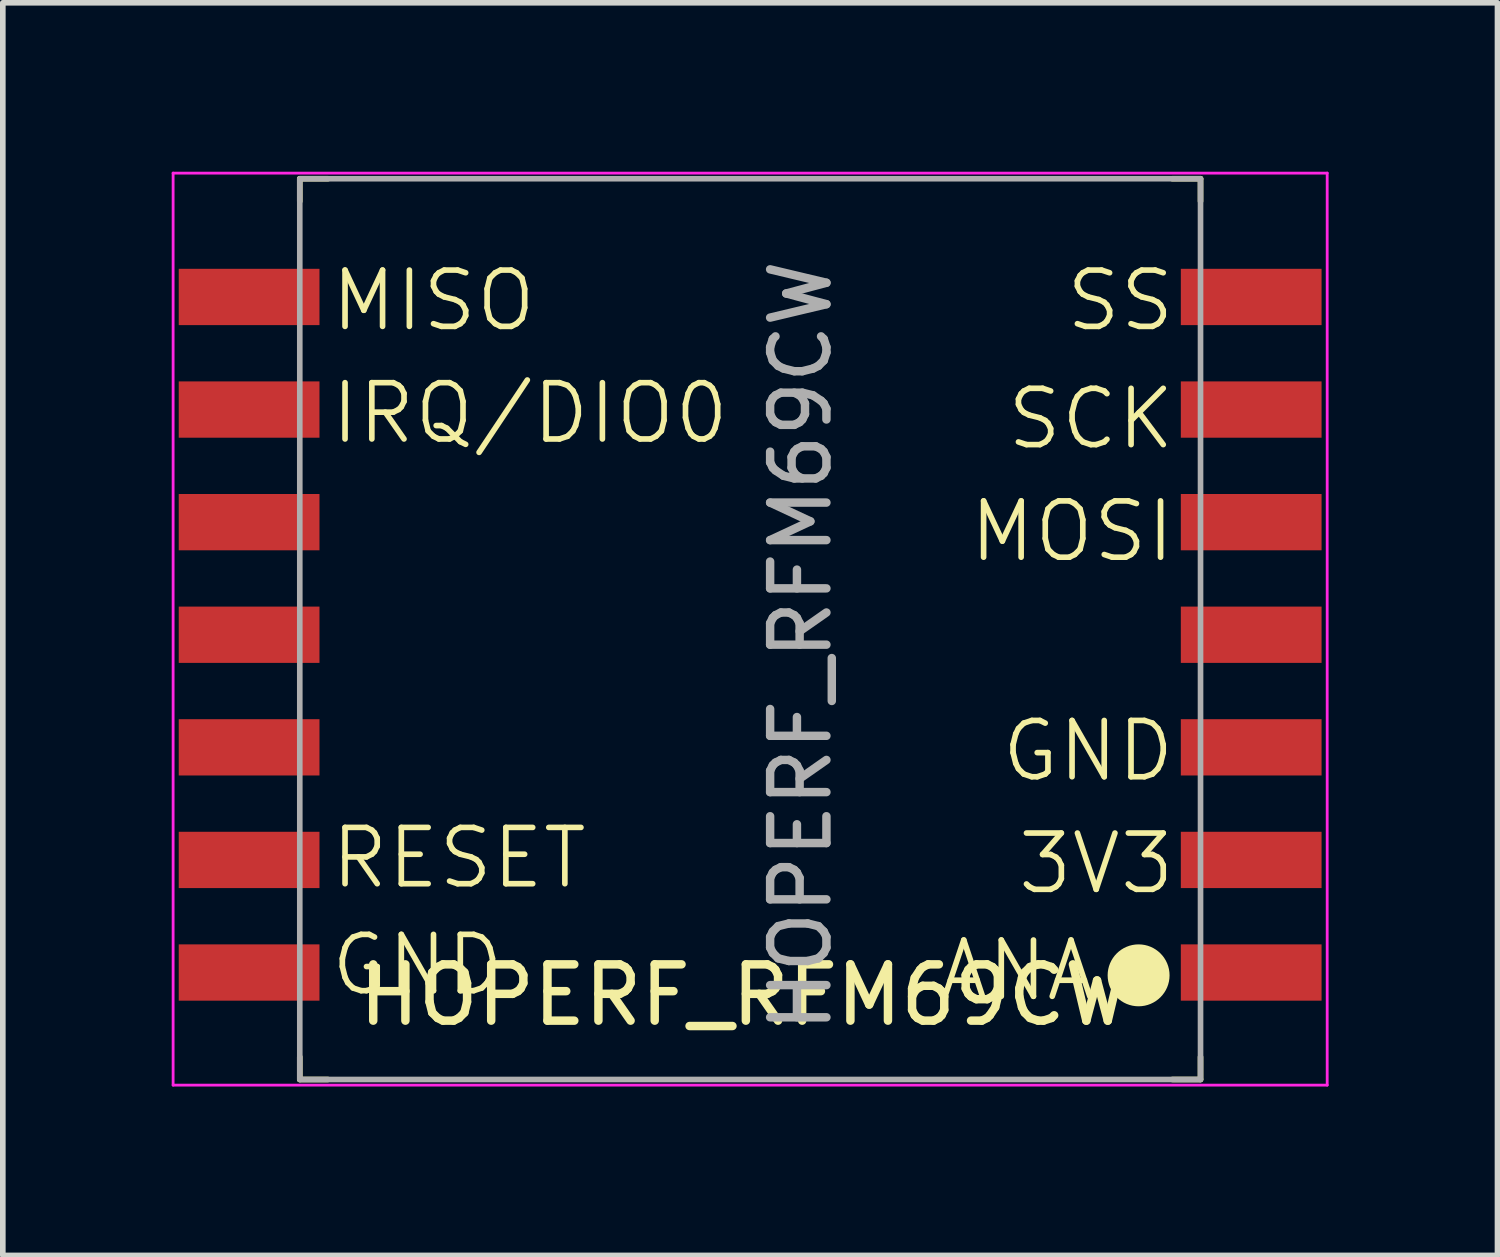
<source format=kicad_pcb>
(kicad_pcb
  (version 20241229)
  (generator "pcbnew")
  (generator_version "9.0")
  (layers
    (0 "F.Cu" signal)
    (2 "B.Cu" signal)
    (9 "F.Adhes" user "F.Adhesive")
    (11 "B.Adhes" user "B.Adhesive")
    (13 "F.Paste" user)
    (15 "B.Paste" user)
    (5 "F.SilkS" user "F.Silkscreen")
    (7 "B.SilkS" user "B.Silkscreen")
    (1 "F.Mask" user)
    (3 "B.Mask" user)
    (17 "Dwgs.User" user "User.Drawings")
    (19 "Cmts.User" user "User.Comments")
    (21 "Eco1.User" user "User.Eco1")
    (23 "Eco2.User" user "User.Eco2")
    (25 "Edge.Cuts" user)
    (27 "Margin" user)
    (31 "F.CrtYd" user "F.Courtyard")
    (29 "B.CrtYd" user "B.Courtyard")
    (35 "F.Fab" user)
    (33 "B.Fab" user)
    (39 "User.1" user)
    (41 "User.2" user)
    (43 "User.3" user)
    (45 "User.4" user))
  (footprint "HOPERF_RFM69CW"
    (layer "F.Cu")
    (at 10.275 8.125)
    (property "Reference" "HOPERF_RFM69CW" (at -0.1 6.5 0) (layer "F.SilkS") (effects (font (size 1 1) (thickness 0.15))))
    (attr smd)
    (fp_line (start -8 -8) (end -8 -7.6) (stroke (width 0.1) (type solid)) (layer "F.SilkS"))
    (fp_line (start -8 -8) (end -7.5 -8) (stroke (width 0.1) (type solid)) (layer "F.SilkS"))
    (fp_line (start -8 7.6) (end -8 8) (stroke (width 0.1) (type solid)) (layer "F.SilkS"))
    (fp_line (start -8 8) (end -7.5 8) (stroke (width 0.1) (type solid)) (layer "F.SilkS"))
    (fp_line (start 7.5 -8) (end 8 -8) (stroke (width 0.1) (type solid)) (layer "F.SilkS"))
    (fp_line (start 7.5 8) (end 8 8) (stroke (width 0.1) (type solid)) (layer "F.SilkS"))
    (fp_line (start 8 -8) (end 8 -7.6) (stroke (width 0.1) (type solid)) (layer "F.SilkS"))
    (fp_line (start 8 7.6) (end 8 8) (stroke (width 0.1) (type solid)) (layer "F.SilkS"))
    (fp_circle (center 6.9 6.15) (end 7.4 6.15) (stroke (width 0.1) (type solid)) (fill yes) (layer "F.SilkS"))
    (fp_line (start -10.25 -8.1) (end 10.25 -8.1) (stroke (width 0.05) (type solid)) (layer "F.CrtYd"))
    (fp_line (start -10.25 8.1) (end -10.25 -8.1) (stroke (width 0.05) (type solid)) (layer "F.CrtYd"))
    (fp_line (start 10.25 -8.1) (end 10.25 8.1) (stroke (width 0.05) (type solid)) (layer "F.CrtYd"))
    (fp_line (start 10.25 8.1) (end -10.25 8.1) (stroke (width 0.05) (type solid)) (layer "F.CrtYd"))
    (fp_rect (start -8 -8) (end 8 8) (stroke (width 0.1) (type default)) (fill no) (layer "F.Fab"))
    (fp_text user "3V3" (at 4.7 4.75 0) (unlocked yes) (layer "F.SilkS") (effects (font (size 1 1) (thickness 0.1)) (justify left bottom)))
    (fp_text user "ANA" (at 3.3 6.65 0) (unlocked yes) (layer "F.SilkS") (effects (font (size 1 1) (thickness 0.1)) (justify left bottom)))
    (fp_text user "MISO" (at -7.5 -5.25 0) (unlocked yes) (layer "F.SilkS") (effects (font (size 1 1) (thickness 0.1)) (justify left bottom)))
    (fp_text user "GND" (at -7.5 6.55 0) (unlocked yes) (layer "F.SilkS") (effects (font (size 1 1) (thickness 0.1)) (justify left bottom)))
    (fp_text user "MOSI" (at 3.843 -1.15 0) (unlocked yes) (layer "F.SilkS") (effects (font (size 1 1) (thickness 0.1)) (justify left bottom)))
    (fp_text user "RESET" (at -7.5 4.65 0) (unlocked yes) (layer "F.SilkS") (effects (font (size 1 1) (thickness 0.1)) (justify left bottom)))
    (fp_text user "SS" (at 5.557 -5.25 0) (unlocked yes) (layer "F.SilkS") (effects (font (size 1 1) (thickness 0.1)) (justify left bottom)))
    (fp_text user "SCK" (at 4.51 -3.15 0) (unlocked yes) (layer "F.SilkS") (effects (font (size 1 1) (thickness 0.1)) (justify left bottom)))
    (fp_text user "GND" (at 4.414 2.75 0) (unlocked yes) (layer "F.SilkS") (effects (font (size 1 1) (thickness 0.1)) (justify left bottom)))
    (fp_text user "IRQ/DIO0" (at -7.5 -3.25 0) (unlocked yes) (layer "F.SilkS") (effects (font (size 1 1) (thickness 0.1)) (justify left bottom)))
    (fp_text user "${REFERENCE}" (at 0.9 0.3 90) (layer "F.Fab") (effects (font (size 1 1) (thickness 0.15))))
    (pad "1" smd rect (at 8.9 6.1) (size 2.5 1) (layers "F.Cu" "F.Mask" "F.Paste"))
    (pad "2" smd rect (at 8.9 4.1) (size 2.5 1) (layers "F.Cu" "F.Mask" "F.Paste"))
    (pad "3" smd rect (at 8.9 2.1) (size 2.5 1) (layers "F.Cu" "F.Mask" "F.Paste"))
    (pad "4" smd rect (at 8.9 0.1) (size 2.5 1) (layers "F.Cu" "F.Mask" "F.Paste"))
    (pad "5" smd rect (at 8.9 -1.9) (size 2.5 1) (layers "F.Cu" "F.Mask" "F.Paste"))
    (pad "6" smd rect (at 8.9 -3.9) (size 2.5 1) (layers "F.Cu" "F.Mask" "F.Paste"))
    (pad "7" smd rect (at 8.9 -5.9) (size 2.5 1) (layers "F.Cu" "F.Mask" "F.Paste"))
    (pad "8" smd rect (at -8.9 -5.9) (size 2.5 1) (layers "F.Cu" "F.Mask" "F.Paste"))
    (pad "9" smd rect (at -8.9 -3.9) (size 2.5 1) (layers "F.Cu" "F.Mask" "F.Paste"))
    (pad "10" smd rect (at -8.9 -1.9) (size 2.5 1) (layers "F.Cu" "F.Mask" "F.Paste"))
    (pad "11" smd rect (at -8.9 0.1) (size 2.5 1) (layers "F.Cu" "F.Mask" "F.Paste"))
    (pad "12" smd rect (at -8.9 2.1) (size 2.5 1) (layers "F.Cu" "F.Mask" "F.Paste"))
    (pad "13" smd rect (at -8.9 4.1) (size 2.5 1) (layers "F.Cu" "F.Mask" "F.Paste"))
    (pad "14" smd rect (at -8.9 6.1) (size 2.5 1) (layers "F.Cu" "F.Mask" "F.Paste")))
  (gr_rect
    (start -3 -3)
    (end 23.55 19.25)
    (stroke (width 0.1) (type default))
    (fill no)
    (layer "Edge.Cuts")))
</source>
